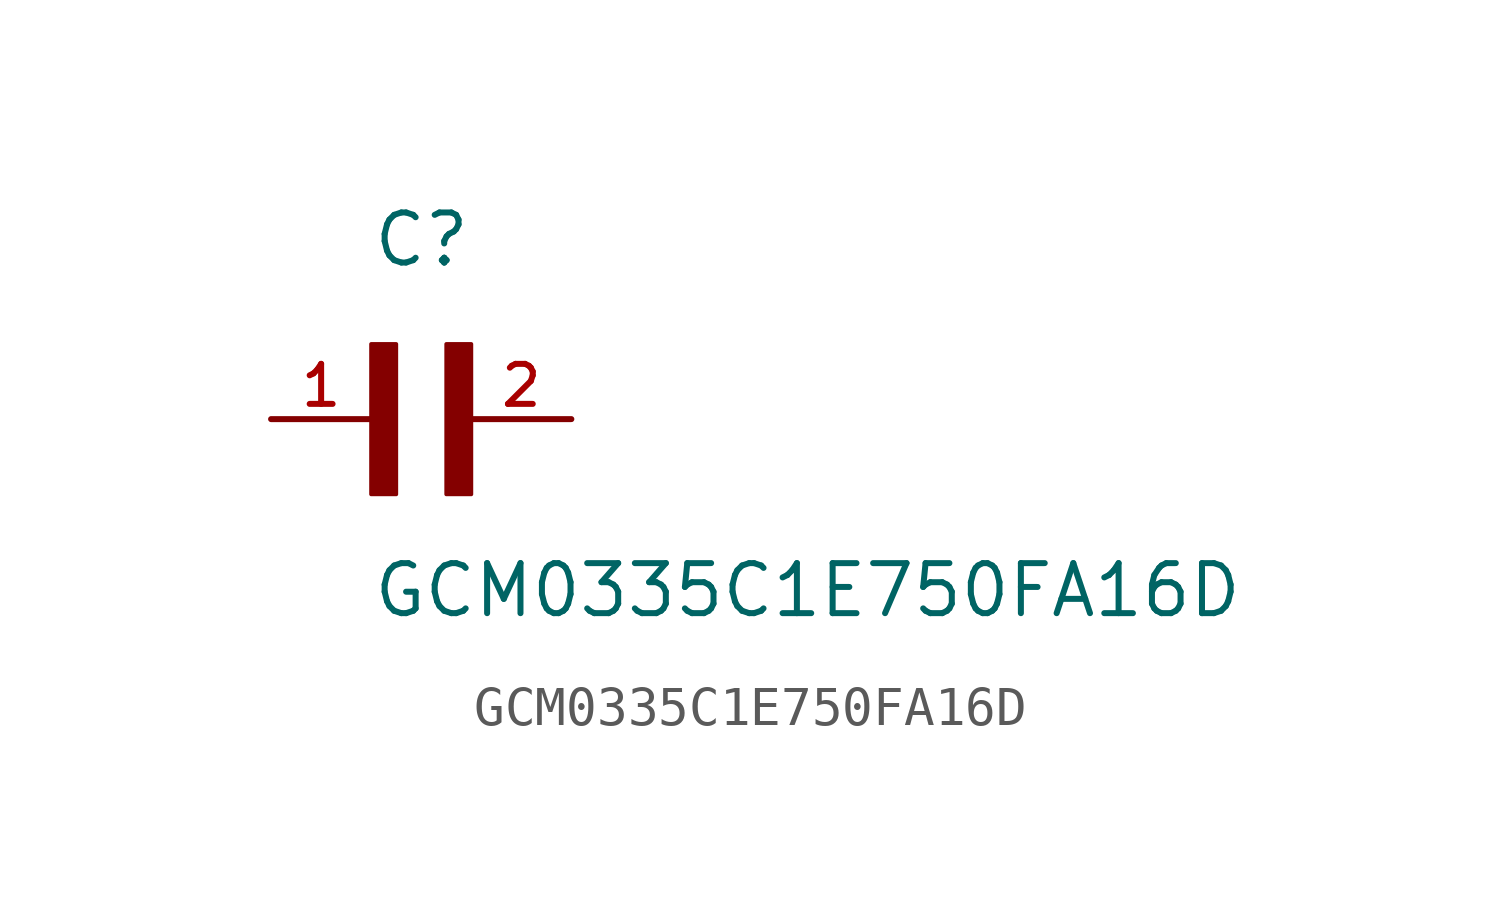
<source format=kicad_sym>
(kicad_symbol_lib
  (version 20211014)
  (generator kicad_symbol_editor)
  (symbol "GCM0335C1E750FA16D"
    (pin_names
      (offset 1.016))
    (property "Reference" "C"
      (at 0.0 3.811 0)
      (effects (font (size 1.27 1.27)) (justify bottom left)))
    (property "Value" "GCM0335C1E750FA16D"
      (at 0.0 -5.088 0)
      (effects (font (size 1.27 1.27)) (justify bottom left)))
    (symbol "GCM0335C1E750FA16D_0_0"
      (rectangle (start 0.0 -1.907) (end 0.635 1.905) (stroke (width 0.1)) (fill (type outline)))
      (rectangle (start 1.907 -1.907) (end 2.54 1.905) (stroke (width 0.1)) (fill (type outline)))
      (pin passive line (at 5.08 0.0 180.0) (length 2.54) (name "~" (effects (font (size 1.016 1.016)))) (number "2" (effects (font (size 1.016 1.016)))))
      (pin passive line (at -2.54 0.0 0) (length 2.54) (name "~" (effects (font (size 1.016 1.016)))) (number "1" (effects (font (size 1.016 1.016))))))))
</source>
